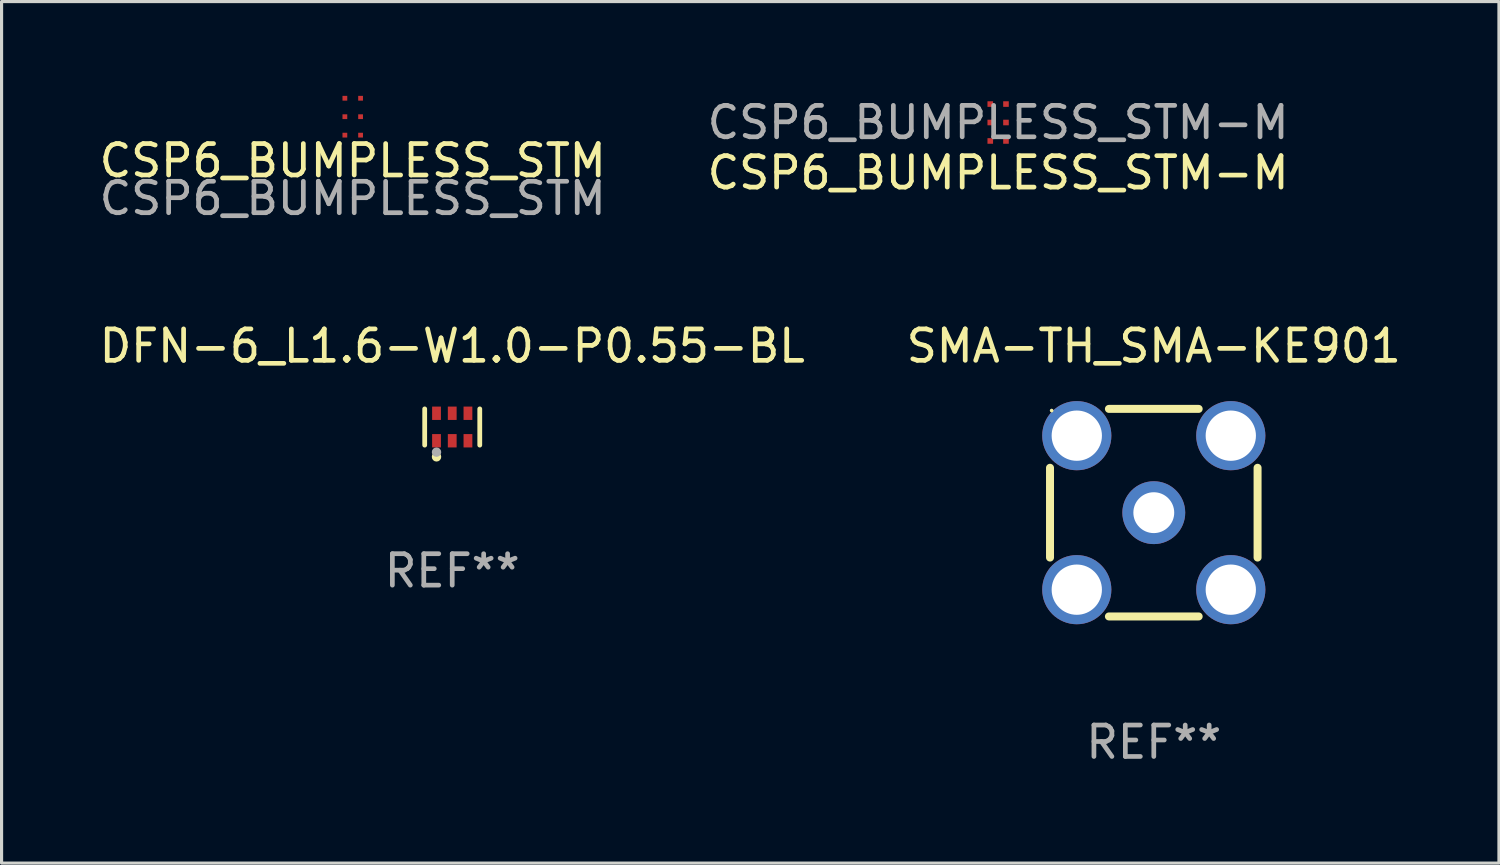
<source format=kicad_pcb>
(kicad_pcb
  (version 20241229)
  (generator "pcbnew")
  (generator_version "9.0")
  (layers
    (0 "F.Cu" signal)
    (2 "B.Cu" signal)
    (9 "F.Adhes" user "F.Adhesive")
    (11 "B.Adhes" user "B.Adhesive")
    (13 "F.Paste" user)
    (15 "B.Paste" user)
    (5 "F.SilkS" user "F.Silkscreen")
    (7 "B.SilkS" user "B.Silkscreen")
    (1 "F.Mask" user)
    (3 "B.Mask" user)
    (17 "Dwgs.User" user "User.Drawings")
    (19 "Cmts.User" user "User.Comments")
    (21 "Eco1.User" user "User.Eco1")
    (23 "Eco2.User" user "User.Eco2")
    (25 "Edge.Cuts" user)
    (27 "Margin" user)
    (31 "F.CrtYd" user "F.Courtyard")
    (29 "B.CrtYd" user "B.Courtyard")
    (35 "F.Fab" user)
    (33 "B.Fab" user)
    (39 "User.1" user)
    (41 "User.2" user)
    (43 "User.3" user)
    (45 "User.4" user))
  (footprint "SMA-TH_SMA-KE901"
    (layer "F.Cu")
    (at 33.661 13.262)
    (property "Reference" "SMA-TH_SMA-KE901" (at 0 -5.302 0) (layer "F.SilkS") (effects (font (size 1 1) (thickness 0.15))))
    (attr through_hole)
    (fp_line (start -3.302 -1.428) (end -3.302 1.428) (stroke (width 0.254) (type solid)) (layer "F.SilkS"))
    (fp_line (start -1.428 3.302) (end 1.428 3.302) (stroke (width 0.254) (type solid)) (layer "F.SilkS"))
    (fp_line (start 1.428 -3.302) (end -1.428 -3.302) (stroke (width 0.254) (type solid)) (layer "F.SilkS"))
    (fp_line (start 3.302 1.428) (end 3.302 -1.428) (stroke (width 0.254) (type solid)) (layer "F.SilkS"))
    (fp_circle (center -3.25 -3.25) (end -3.22 -3.25) (stroke (width 0.06) (type solid)) (fill no) (layer "F.SilkS"))
    (fp_text user "REF**" (at 0 7.302 0) (layer "F.Fab") (effects (font (size 1 1) (thickness 0.15))))
    (pad "1" thru_hole circle (at -2.45 -2.45) (size 2.2 2.2) (drill 1.6) (layers "*.Cu" "*.Mask"))
    (pad "2" thru_hole circle (at 2.45 -2.45) (size 2.2 2.2) (drill 1.6) (layers "*.Cu" "*.Mask"))
    (pad "3" thru_hole circle (at 2.45 2.45) (size 2.2 2.2) (drill 1.6) (layers "*.Cu" "*.Mask"))
    (pad "4" thru_hole circle (at -2.45 2.45) (size 2.2 2.2) (drill 1.6) (layers "*.Cu" "*.Mask"))
    (pad "5" thru_hole circle (at 0 0) (size 2 2) (drill 1.3) (layers "*.Cu" "*.Mask")))
  (footprint "DFN-6_L1.6-W1.0-P0.55-BL"
    (layer "F.Cu")
    (at 11.337 10.536)
    (property "Reference" "DFN-6_L1.6-W1.0-P0.55-BL" (at 0.002 -2.576 0) (layer "F.SilkS") (effects (font (size 1 1) (thickness 0.15))))
    (attr through_hole)
    (fp_line (start -0.874 0.577) (end -0.874 -0.576) (stroke (width 0.152) (type solid)) (layer "F.SilkS"))
    (fp_line (start 0.878 0.577) (end 0.878 -0.576) (stroke (width 0.152) (type solid)) (layer "F.SilkS"))
    (fp_circle (center -0.498 0.95) (end -0.423 0.95) (stroke (width 0.15) (type solid)) (fill no) (layer "F.SilkS"))
    (fp_circle (center -0.498 0.8) (end -0.423 0.8) (stroke (width 0.15) (type solid)) (fill no) (layer "F.Fab"))
    (fp_text user "REF**" (at 0.002 4.577 0) (layer "F.Fab") (effects (font (size 1 1) (thickness 0.15))))
    (pad "1" smd rect (at -0.498 0.438) (size 0.28 0.425) (layers "F.Cu" "F.Mask" "F.Paste"))
    (pad "2" smd rect (at 0.002 0.438) (size 0.28 0.425) (layers "F.Cu" "F.Mask" "F.Paste"))
    (pad "3" smd rect (at 0.502 0.438) (size 0.28 0.425) (layers "F.Cu" "F.Mask" "F.Paste"))
    (pad "4" smd rect (at 0.502 -0.437) (size 0.28 0.425) (layers "F.Cu" "F.Mask" "F.Paste"))
    (pad "5" smd rect (at 0.002 -0.437) (size 0.28 0.425) (layers "F.Cu" "F.Mask" "F.Paste"))
    (pad "6" smd rect (at -0.498 -0.437) (size 0.28 0.425) (layers "F.Cu" "F.Mask" "F.Paste")))
  (footprint "CSP6_BUMPLESS_STM-M"
    (layer "F.Cu")
    (at 28.708 0.848)
    (property "Reference" "CSP6_BUMPLESS_STM-M" (at 0 1.6 0) (unlocked yes) (layer "F.SilkS") (effects (font (size 1 1) (thickness 0.15))))
    (attr smd)
    (fp_text user "${REFERENCE}" (at 0 0 0) (unlocked yes) (layer "F.Fab") (effects (font (size 1 1) (thickness 0.15))))
    (pad "A1" smd rect (at -0.25 -0.587) (size 0.178 0.178) (layers "F.Cu" "F.Mask" "F.Paste"))
    (pad "A2" smd rect (at 0.25 -0.587) (size 0.178 0.178) (layers "F.Cu" "F.Mask" "F.Paste"))
    (pad "B1" smd rect (at -0.25 0) (size 0.178 0.178) (layers "F.Cu" "F.Mask" "F.Paste"))
    (pad "B2" smd rect (at 0.25 0) (size 0.178 0.178) (layers "F.Cu" "F.Mask" "F.Paste"))
    (pad "C1" smd rect (at -0.25 0.587) (size 0.178 0.178) (layers "F.Cu" "F.Mask" "F.Paste"))
    (pad "C2" smd rect (at 0.25 0.587) (size 0.178 0.178) (layers "F.Cu" "F.Mask" "F.Paste")))
  (footprint "CSP6_BUMPLESS_STM"
    (layer "F.Cu")
    (at 8.173 0.663)
    (property "Reference" "CSP6_BUMPLESS_STM" (at 0 1.4 0) (unlocked yes) (layer "F.SilkS") (effects (font (size 1 1) (thickness 0.15))))
    (attr smd)
    (fp_text user "${REFERENCE}" (at 0 2.6 0) (unlocked yes) (layer "F.Fab") (effects (font (size 1 1) (thickness 0.15))))
    (pad "A1" smd rect (at -0.25 -0.587) (size 0.152 0.152) (layers "F.Cu" "F.Mask" "F.Paste"))
    (pad "A2" smd rect (at 0.25 -0.587) (size 0.152 0.152) (layers "F.Cu" "F.Mask" "F.Paste"))
    (pad "B1" smd rect (at -0.25 0) (size 0.152 0.152) (layers "F.Cu" "F.Mask" "F.Paste"))
    (pad "B2" smd rect (at 0.25 0) (size 0.152 0.152) (layers "F.Cu" "F.Mask" "F.Paste"))
    (pad "C1" smd rect (at -0.25 0.587) (size 0.152 0.152) (layers "F.Cu" "F.Mask" "F.Paste"))
    (pad "C2" smd rect (at 0.25 0.587) (size 0.152 0.152) (layers "F.Cu" "F.Mask" "F.Paste")))
  (gr_rect
    (start -3 -3)
    (end 44.643 24.412)
    (stroke (width 0.1) (type default))
    (fill no)
    (layer "Edge.Cuts")))
</source>
